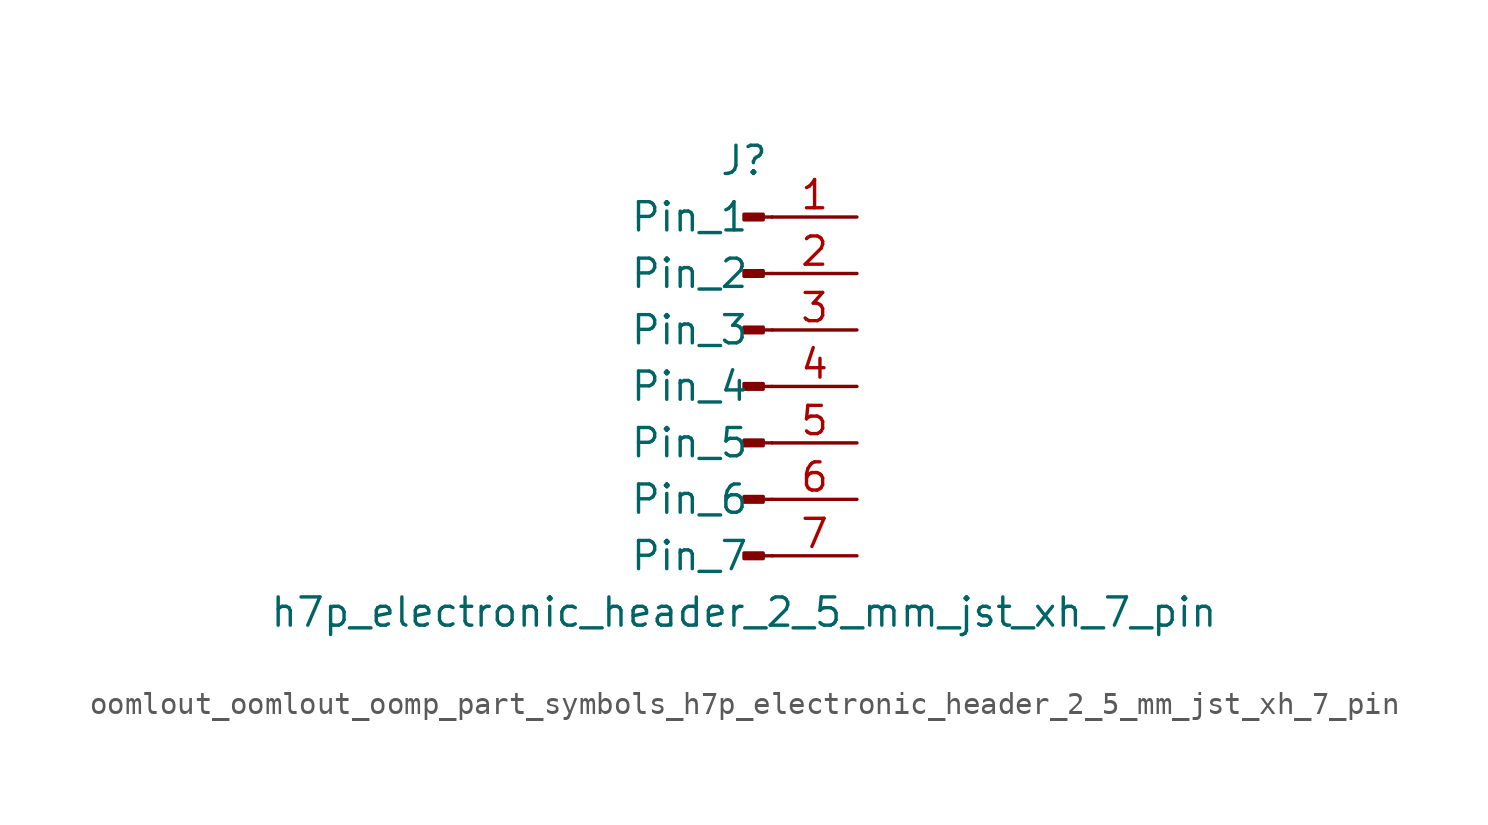
<source format=kicad_sym>
(kicad_symbol_lib
  (version 20220914)
  (generator kicad_symbol_editor)
  (symbol "oomlout_oomlout_oomp_part_symbols_h7p_electronic_header_2_5_mm_jst_xh_7_pin"
    (pin_names
      (offset 1.016))
    (property "Reference" "J"
      (at 0 10.16 0)
      (effects (font (size 1.27 1.27))))
    (property "Value" "h7p_electronic_header_2_5_mm_jst_xh_7_pin"
      (at 0 -10.16 0)
      (effects (font (size 1.27 1.27))))
    (property "ki_locked" ""
      (at 0 0 0)
      (effects (font (size 1.27 1.27))))
    (symbol "oomlout_oomlout_oomp_part_symbols_h7p_electronic_header_2_5_mm_jst_xh_7_pin_1_1"
      (polyline (pts (xy 1.27 -7.62) (xy 0.864 -7.62)) (stroke (width 0.152) (type default)) (fill (type none)))
      (polyline (pts (xy 1.27 -5.08) (xy 0.864 -5.08)) (stroke (width 0.152) (type default)) (fill (type none)))
      (polyline (pts (xy 1.27 -2.54) (xy 0.864 -2.54)) (stroke (width 0.152) (type default)) (fill (type none)))
      (polyline (pts (xy 1.27 0) (xy 0.864 0)) (stroke (width 0.152) (type default)) (fill (type none)))
      (polyline (pts (xy 1.27 2.54) (xy 0.864 2.54)) (stroke (width 0.152) (type default)) (fill (type none)))
      (polyline (pts (xy 1.27 5.08) (xy 0.864 5.08)) (stroke (width 0.152) (type default)) (fill (type none)))
      (polyline (pts (xy 1.27 7.62) (xy 0.864 7.62)) (stroke (width 0.152) (type default)) (fill (type none)))
      (rectangle (start 0.864 -7.493) (end 0 -7.747) (stroke (width 0.152) (type default)) (fill (type outline)))
      (rectangle (start 0.864 -4.953) (end 0 -5.207) (stroke (width 0.152) (type default)) (fill (type outline)))
      (rectangle (start 0.864 -2.413) (end 0 -2.667) (stroke (width 0.152) (type default)) (fill (type outline)))
      (rectangle (start 0.864 0.127) (end 0 -0.127) (stroke (width 0.152) (type default)) (fill (type outline)))
      (rectangle (start 0.864 2.667) (end 0 2.413) (stroke (width 0.152) (type default)) (fill (type outline)))
      (rectangle (start 0.864 5.207) (end 0 4.953) (stroke (width 0.152) (type default)) (fill (type outline)))
      (rectangle (start 0.864 7.747) (end 0 7.493) (stroke (width 0.152) (type default)) (fill (type outline)))
      (pin passive line (at 5.08 7.62 180) (length 3.81) (name "Pin_1" (effects (font (size 1.27 1.27)))) (number "1" (effects (font (size 1.27 1.27)))))
      (pin passive line (at 5.08 5.08 180) (length 3.81) (name "Pin_2" (effects (font (size 1.27 1.27)))) (number "2" (effects (font (size 1.27 1.27)))))
      (pin passive line (at 5.08 2.54 180) (length 3.81) (name "Pin_3" (effects (font (size 1.27 1.27)))) (number "3" (effects (font (size 1.27 1.27)))))
      (pin passive line (at 5.08 0 180) (length 3.81) (name "Pin_4" (effects (font (size 1.27 1.27)))) (number "4" (effects (font (size 1.27 1.27)))))
      (pin passive line (at 5.08 -2.54 180) (length 3.81) (name "Pin_5" (effects (font (size 1.27 1.27)))) (number "5" (effects (font (size 1.27 1.27)))))
      (pin passive line (at 5.08 -5.08 180) (length 3.81) (name "Pin_6" (effects (font (size 1.27 1.27)))) (number "6" (effects (font (size 1.27 1.27)))))
      (pin passive line (at 5.08 -7.62 180) (length 3.81) (name "Pin_7" (effects (font (size 1.27 1.27)))) (number "7" (effects (font (size 1.27 1.27))))))))
</source>
